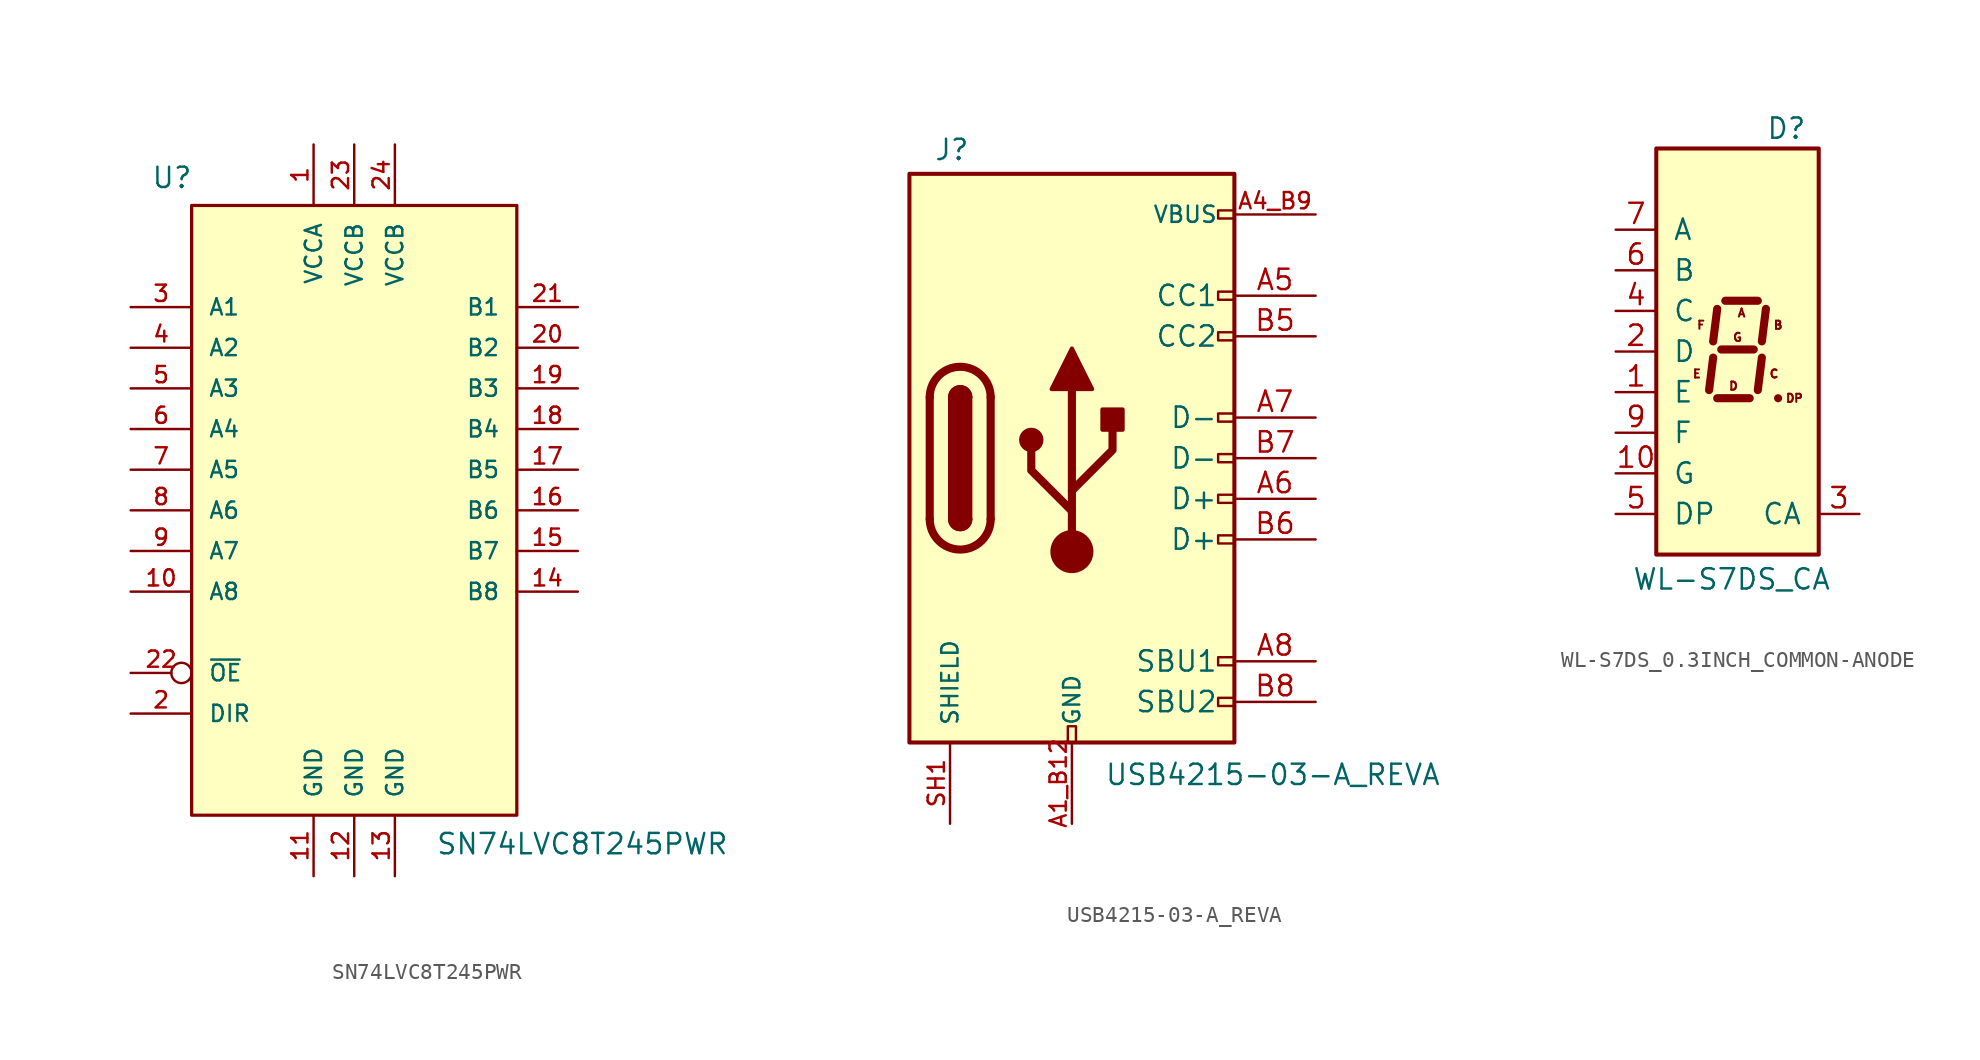
<source format=kicad_sym>
(kicad_symbol_lib
  (version 20241209)
  (generator "kicad_symbol_editor")
  (generator_version "9.0")
  (symbol "SN74LVC8T245PWR"
    (pin_names
      (offset 1.016))
    (property "Reference" "U"
      (at -12.7 31.471 0)
      (effects (font (size 1.27 1.27)) (justify left bottom)))
    (property "Value" "SN74LVC8T245PWR"
      (at 5.08 -10.16 0)
      (effects (font (size 1.27 1.27)) (justify left bottom)))
    (symbol "SN74LVC8T245PWR_0_0"
      (rectangle (start -10.16 -7.62) (end 10.16 30.48) (stroke (width 0.203) (type default)) (fill (type background)))
      (pin bidirectional line (at -13.97 24.13 0) (length 3.81) (name "A1" (effects (font (size 1.016 1.016)))) (number "3" (effects (font (size 1.016 1.016)))))
      (pin bidirectional line (at -13.97 21.59 0) (length 3.81) (name "A2" (effects (font (size 1.016 1.016)))) (number "4" (effects (font (size 1.016 1.016)))))
      (pin bidirectional line (at -13.97 19.05 0) (length 3.81) (name "A3" (effects (font (size 1.016 1.016)))) (number "5" (effects (font (size 1.016 1.016)))))
      (pin bidirectional line (at -13.97 16.51 0) (length 3.81) (name "A4" (effects (font (size 1.016 1.016)))) (number "6" (effects (font (size 1.016 1.016)))))
      (pin bidirectional line (at -13.97 13.97 0) (length 3.81) (name "A5" (effects (font (size 1.016 1.016)))) (number "7" (effects (font (size 1.016 1.016)))))
      (pin bidirectional line (at -13.97 11.43 0) (length 3.81) (name "A6" (effects (font (size 1.016 1.016)))) (number "8" (effects (font (size 1.016 1.016)))))
      (pin bidirectional line (at -13.97 8.89 0) (length 3.81) (name "A7" (effects (font (size 1.016 1.016)))) (number "9" (effects (font (size 1.016 1.016)))))
      (pin bidirectional line (at -13.97 6.35 0) (length 3.81) (name "A8" (effects (font (size 1.016 1.016)))) (number "10" (effects (font (size 1.016 1.016)))))
      (pin input inverted (at -13.97 1.27 0) (length 3.81) (name "~{OE}" (effects (font (size 1.016 1.016)))) (number "22" (effects (font (size 1.016 1.016)))))
      (pin input line (at -13.97 -1.27 0) (length 3.81) (name "DIR" (effects (font (size 1.016 1.016)))) (number "2" (effects (font (size 1.016 1.016)))))
      (pin power_in line (at -2.54 34.29 270) (length 3.81) (name "VCCA" (effects (font (size 1.016 1.016)))) (number "1" (effects (font (size 1.016 1.016)))))
      (pin power_in line (at -2.54 -11.43 90) (length 3.81) (name "GND" (effects (font (size 1.016 1.016)))) (number "11" (effects (font (size 1.016 1.016)))))
      (pin power_in line (at 0 34.29 270) (length 3.81) (name "VCCB" (effects (font (size 1.016 1.016)))) (number "23" (effects (font (size 1.016 1.016)))))
      (pin power_in line (at 0 -11.43 90) (length 3.81) (name "GND" (effects (font (size 1.016 1.016)))) (number "12" (effects (font (size 1.016 1.016)))))
      (pin power_in line (at 2.54 34.29 270) (length 3.81) (name "VCCB" (effects (font (size 1.016 1.016)))) (number "24" (effects (font (size 1.016 1.016)))))
      (pin power_in line (at 2.54 -11.43 90) (length 3.81) (name "GND" (effects (font (size 1.016 1.016)))) (number "13" (effects (font (size 1.016 1.016)))))
      (pin bidirectional line (at 13.97 24.13 180) (length 3.81) (name "B1" (effects (font (size 1.016 1.016)))) (number "21" (effects (font (size 1.016 1.016)))))
      (pin bidirectional line (at 13.97 21.59 180) (length 3.81) (name "B2" (effects (font (size 1.016 1.016)))) (number "20" (effects (font (size 1.016 1.016)))))
      (pin bidirectional line (at 13.97 19.05 180) (length 3.81) (name "B3" (effects (font (size 1.016 1.016)))) (number "19" (effects (font (size 1.016 1.016)))))
      (pin bidirectional line (at 13.97 16.51 180) (length 3.81) (name "B4" (effects (font (size 1.016 1.016)))) (number "18" (effects (font (size 1.016 1.016)))))
      (pin bidirectional line (at 13.97 13.97 180) (length 3.81) (name "B5" (effects (font (size 1.016 1.016)))) (number "17" (effects (font (size 1.016 1.016)))))
      (pin bidirectional line (at 13.97 11.43 180) (length 3.81) (name "B6" (effects (font (size 1.016 1.016)))) (number "16" (effects (font (size 1.016 1.016)))))
      (pin bidirectional line (at 13.97 8.89 180) (length 3.81) (name "B7" (effects (font (size 1.016 1.016)))) (number "15" (effects (font (size 1.016 1.016)))))
      (pin bidirectional line (at 13.97 6.35 180) (length 3.81) (name "B8" (effects (font (size 1.016 1.016)))) (number "14" (effects (font (size 1.016 1.016)))))))
  (symbol "USB4215-03-A_REVA"
    (pin_names
      (offset 1.016))
    (property "Reference" "J"
      (at -8.636 19.812 0)
      (effects (font (size 1.27 1.27)) (justify left bottom)))
    (property "Value" "USB4215-03-A_REVA"
      (at 2.032 -17.78 0)
      (effects (font (size 1.27 1.27)) (justify left top)))
    (symbol "USB4215-03-A_REVA_0_0"
      (rectangle (start -0.254 -16.51) (end 0.254 -15.494) (stroke (width 0) (type default)) (fill (type none)))
      (rectangle (start 10.16 16.764) (end 9.144 16.256) (stroke (width 0) (type default)) (fill (type none)))
      (rectangle (start 10.16 11.684) (end 9.144 11.176) (stroke (width 0) (type default)) (fill (type none)))
      (rectangle (start 10.16 9.144) (end 9.144 8.636) (stroke (width 0) (type default)) (fill (type none)))
      (rectangle (start 10.16 4.064) (end 9.144 3.556) (stroke (width 0) (type default)) (fill (type none)))
      (rectangle (start 10.16 1.524) (end 9.144 1.016) (stroke (width 0) (type default)) (fill (type none)))
      (rectangle (start 10.16 -1.016) (end 9.144 -1.524) (stroke (width 0) (type default)) (fill (type none)))
      (rectangle (start 10.16 -3.556) (end 9.144 -4.064) (stroke (width 0) (type default)) (fill (type none)))
      (rectangle (start 10.16 -11.176) (end 9.144 -11.684) (stroke (width 0) (type default)) (fill (type none)))
      (rectangle (start 10.16 -13.716) (end 9.144 -14.224) (stroke (width 0) (type default)) (fill (type none)))
      (pin passive line (at -7.62 -21.59 90) (length 5.08) (name "SHIELD" (effects (font (size 1.016 1.016)))) (number "SH1" (effects (font (size 1.016 1.016))))))
    (symbol "USB4215-03-A_REVA_0_1"
      (rectangle (start -10.16 19.05) (end 10.16 -16.51) (stroke (width 0.254) (type default)) (fill (type background)))
      (polyline (pts (xy -8.89 -2.54) (xy -8.89 5.08)) (stroke (width 0.508) (type default)) (fill (type none)))
      (rectangle (start -7.62 -2.54) (end -6.35 5.08) (stroke (width 0.254) (type default)) (fill (type outline)))
      (arc (start -7.62 5.08) (mid -6.985 5.7123) (end -6.35 5.08) (stroke (width 0.254) (type default)) (fill (type none)))
      (arc (start -7.62 5.08) (mid -6.985 5.7123) (end -6.35 5.08) (stroke (width 0.254) (type default)) (fill (type outline)))
      (arc (start -8.89 5.08) (mid -6.985 6.9767) (end -5.08 5.08) (stroke (width 0.508) (type default)) (fill (type none)))
      (arc (start -5.08 -2.54) (mid -6.985 -4.4367) (end -8.89 -2.54) (stroke (width 0.508) (type default)) (fill (type none)))
      (arc (start -6.35 -2.54) (mid -6.985 -3.1723) (end -7.62 -2.54) (stroke (width 0.254) (type default)) (fill (type none)))
      (arc (start -6.35 -2.54) (mid -6.985 -3.1723) (end -7.62 -2.54) (stroke (width 0.254) (type default)) (fill (type outline)))
      (polyline (pts (xy -5.08 5.08) (xy -5.08 -2.54)) (stroke (width 0.508) (type default)) (fill (type none)))
      (circle (center -2.54 2.413) (radius 0.635) (stroke (width 0.254) (type default)) (fill (type outline)))
      (polyline (pts (xy -1.27 5.588) (xy 0 8.128) (xy 1.27 5.588) (xy -1.27 5.588)) (stroke (width 0.254) (type default)) (fill (type outline)))
      (polyline (pts (xy 0 -0.762) (xy 2.54 1.778) (xy 2.54 3.048)) (stroke (width 0.508) (type default)) (fill (type none)))
      (polyline (pts (xy 0 -2.032) (xy -2.54 0.508) (xy -2.54 1.778)) (stroke (width 0.508) (type default)) (fill (type none)))
      (polyline (pts (xy 0 -4.572) (xy 0 5.588)) (stroke (width 0.508) (type default)) (fill (type none)))
      (circle (center 0 -4.572) (radius 1.27) (stroke (width 0) (type default)) (fill (type outline)))
      (rectangle (start 1.905 3.048) (end 3.175 4.318) (stroke (width 0.254) (type default)) (fill (type outline))))
    (symbol "USB4215-03-A_REVA_1_0"
      (pin passive line (at -7.62 -21.59 90) (length 5.08) (hide yes) (name "SHIELD" (effects (font (size 1.016 1.016)))) (number "SH2" (effects (font (size 1.016 1.016)))))
      (pin passive line (at -7.62 -21.59 90) (length 5.08) (hide yes) (name "SHIELD" (effects (font (size 1.016 1.016)))) (number "SH3" (effects (font (size 1.016 1.016)))))
      (pin passive line (at -7.62 -21.59 90) (length 5.08) (hide yes) (name "SHIELD" (effects (font (size 1.016 1.016)))) (number "SH4" (effects (font (size 1.016 1.016)))))
      (pin power_in line (at 0 -21.59 90) (length 5.08) (name "GND" (effects (font (size 1.016 1.016)))) (number "A1_B12" (effects (font (size 1.016 1.016)))))
      (pin power_in line (at 0 -21.59 90) (length 5.08) (hide yes) (name "GND" (effects (font (size 1.016 1.016)))) (number "B1_A12" (effects (font (size 1.016 1.016)))))
      (pin power_in line (at 15.24 16.51 180) (length 5.08) (name "VBUS" (effects (font (size 1.016 1.016)))) (number "A4_B9" (effects (font (size 1.016 1.016)))))
      (pin power_in line (at 15.24 16.51 180) (length 5.08) (hide yes) (name "VBUS" (effects (font (size 1.016 1.016)))) (number "B4_A9" (effects (font (size 1.016 1.016))))))
    (symbol "USB4215-03-A_REVA_1_1"
      (pin bidirectional line (at 15.24 11.43 180) (length 5.08) (name "CC1" (effects (font (size 1.27 1.27)))) (number "A5" (effects (font (size 1.27 1.27)))))
      (pin bidirectional line (at 15.24 8.89 180) (length 5.08) (name "CC2" (effects (font (size 1.27 1.27)))) (number "B5" (effects (font (size 1.27 1.27)))))
      (pin bidirectional line (at 15.24 3.81 180) (length 5.08) (name "D-" (effects (font (size 1.27 1.27)))) (number "A7" (effects (font (size 1.27 1.27)))))
      (pin bidirectional line (at 15.24 1.27 180) (length 5.08) (name "D-" (effects (font (size 1.27 1.27)))) (number "B7" (effects (font (size 1.27 1.27)))))
      (pin bidirectional line (at 15.24 -1.27 180) (length 5.08) (name "D+" (effects (font (size 1.27 1.27)))) (number "A6" (effects (font (size 1.27 1.27)))))
      (pin bidirectional line (at 15.24 -3.81 180) (length 5.08) (name "D+" (effects (font (size 1.27 1.27)))) (number "B6" (effects (font (size 1.27 1.27)))))
      (pin bidirectional line (at 15.24 -11.43 180) (length 5.08) (name "SBU1" (effects (font (size 1.27 1.27)))) (number "A8" (effects (font (size 1.27 1.27)))))
      (pin bidirectional line (at 15.24 -13.97 180) (length 5.08) (name "SBU2" (effects (font (size 1.27 1.27)))) (number "B8" (effects (font (size 1.27 1.27)))))))
  (symbol "WL-S7DS_0.3INCH_COMMON-ANODE"
    (pin_names
      (offset 1.016))
    (property "Reference" "D"
      (at 1.778 13.208 0)
      (effects (font (size 1.27 1.27)) (justify left bottom)))
    (property "Value" "WL-S7DS_CA"
      (at -6.604 -14.986 0)
      (effects (font (size 1.27 1.27)) (justify left bottom)))
    (symbol "WL-S7DS_0.3INCH_COMMON-ANODE_1_0"
      (text "E" (at -2.54 -1.397 0) (effects (font (size 0.508 0.508))))
      (text "F" (at -2.286 1.651 0) (effects (font (size 0.508 0.508))))
      (text "D" (at -0.254 -2.159 0) (effects (font (size 0.508 0.508))))
      (text "G" (at 0 0.889 0) (effects (font (size 0.508 0.508))))
      (text "A" (at 0.254 2.413 0) (effects (font (size 0.508 0.508))))
      (text "C" (at 2.286 -1.397 0) (effects (font (size 0.508 0.508))))
      (text "B" (at 2.54 1.651 0) (effects (font (size 0.508 0.508))))
      (text "DP" (at 3.556 -2.921 0) (effects (font (size 0.508 0.508))))
      (pin power_in line (at 7.62 -10.16 180) (length 2.54) (name "CA" (effects (font (size 1.27 1.27)))) (number "3" (effects (font (size 1.27 1.27))))))
    (symbol "WL-S7DS_0.3INCH_COMMON-ANODE_1_1"
      (rectangle (start -5.08 12.7) (end 5.08 -12.7) (stroke (width 0.254) (type default)) (fill (type background)))
      (polyline (pts (xy -1.524 -0.381) (xy -1.778 -2.413)) (stroke (width 0.508) (type default)) (fill (type none)))
      (polyline (pts (xy -1.27 2.667) (xy -1.524 0.635)) (stroke (width 0.508) (type default)) (fill (type none)))
      (polyline (pts (xy -1.27 -2.921) (xy 0.762 -2.921)) (stroke (width 0.508) (type default)) (fill (type none)))
      (polyline (pts (xy -1.016 0.127) (xy 1.016 0.127)) (stroke (width 0.508) (type default)) (fill (type none)))
      (polyline (pts (xy -0.762 3.175) (xy 1.27 3.175)) (stroke (width 0.508) (type default)) (fill (type none)))
      (polyline (pts (xy 1.524 -0.381) (xy 1.27 -2.413)) (stroke (width 0.508) (type default)) (fill (type none)))
      (polyline (pts (xy 1.778 2.667) (xy 1.524 0.635)) (stroke (width 0.508) (type default)) (fill (type none)))
      (polyline (pts (xy 2.54 -2.921) (xy 2.54 -2.921)) (stroke (width 0.508) (type default)) (fill (type none)))
      (pin input line (at -7.62 7.62 0) (length 2.54) (name "A" (effects (font (size 1.27 1.27)))) (number "7" (effects (font (size 1.27 1.27)))))
      (pin input line (at -7.62 5.08 0) (length 2.54) (name "B" (effects (font (size 1.27 1.27)))) (number "6" (effects (font (size 1.27 1.27)))))
      (pin input line (at -7.62 2.54 0) (length 2.54) (name "C" (effects (font (size 1.27 1.27)))) (number "4" (effects (font (size 1.27 1.27)))))
      (pin input line (at -7.62 0 0) (length 2.54) (name "D" (effects (font (size 1.27 1.27)))) (number "2" (effects (font (size 1.27 1.27)))))
      (pin input line (at -7.62 -2.54 0) (length 2.54) (name "E" (effects (font (size 1.27 1.27)))) (number "1" (effects (font (size 1.27 1.27)))))
      (pin input line (at -7.62 -5.08 0) (length 2.54) (name "F" (effects (font (size 1.27 1.27)))) (number "9" (effects (font (size 1.27 1.27)))))
      (pin input line (at -7.62 -7.62 0) (length 2.54) (name "G" (effects (font (size 1.27 1.27)))) (number "10" (effects (font (size 1.27 1.27)))))
      (pin input line (at -7.62 -10.16 0) (length 2.54) (name "DP" (effects (font (size 1.27 1.27)))) (number "5" (effects (font (size 1.27 1.27))))))))
</source>
